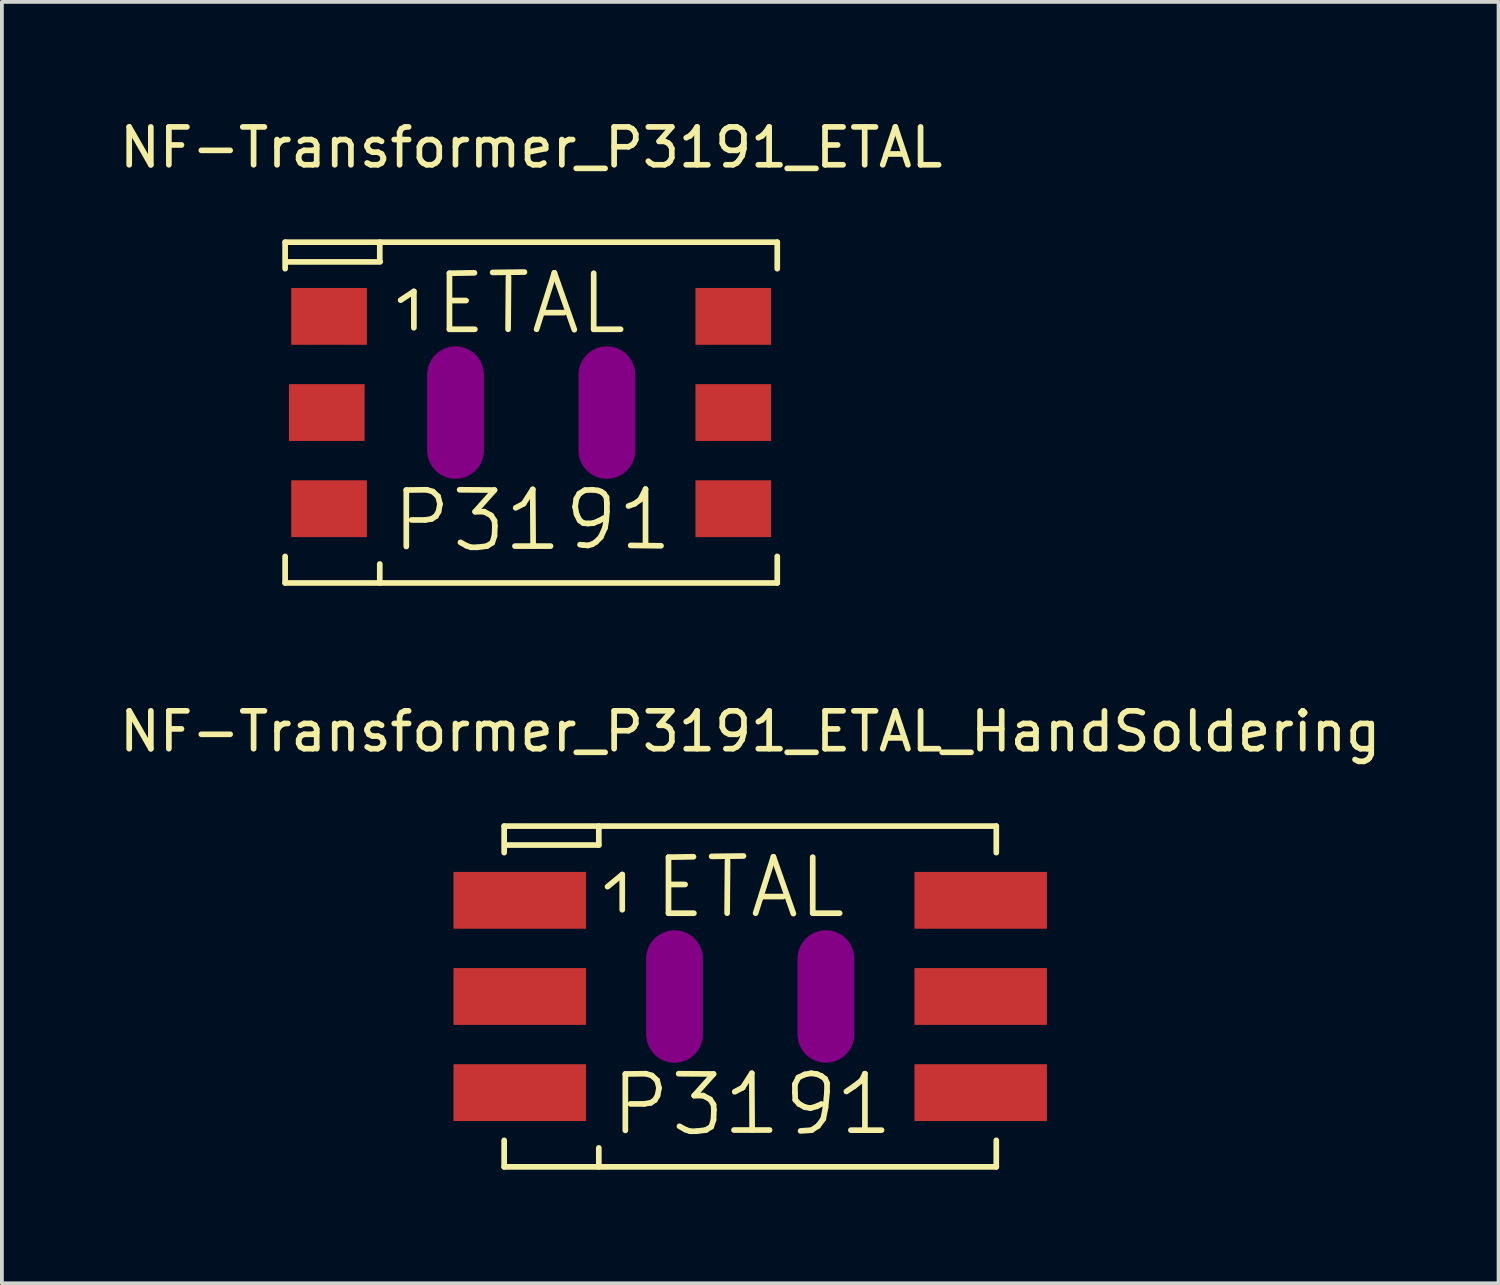
<source format=kicad_pcb>
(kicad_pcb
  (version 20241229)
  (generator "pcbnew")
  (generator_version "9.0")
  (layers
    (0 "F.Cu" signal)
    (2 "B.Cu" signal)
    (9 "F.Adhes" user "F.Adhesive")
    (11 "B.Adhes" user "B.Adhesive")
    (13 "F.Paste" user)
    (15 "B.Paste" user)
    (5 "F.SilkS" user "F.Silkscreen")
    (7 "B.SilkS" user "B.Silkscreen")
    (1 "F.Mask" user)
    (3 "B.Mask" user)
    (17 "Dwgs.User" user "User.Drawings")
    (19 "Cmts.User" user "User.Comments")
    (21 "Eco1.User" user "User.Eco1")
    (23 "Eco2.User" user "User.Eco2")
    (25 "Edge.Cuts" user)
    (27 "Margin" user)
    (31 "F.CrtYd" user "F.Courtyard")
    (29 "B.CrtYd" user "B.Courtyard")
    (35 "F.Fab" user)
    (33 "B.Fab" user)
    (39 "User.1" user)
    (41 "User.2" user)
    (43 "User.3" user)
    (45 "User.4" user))
  (footprint "NF-Transformer_P3191_ETAL"
    (layer "F.Cu")
    (at 10.982 7.848)
    (property "Reference" "NF-Transformer_P3191_ETAL" (at 0 -7 0) (layer "F.SilkS") (effects (font (size 1 1) (thickness 0.15))))
    (attr smd)
    (fp_line (start -6.5 -4.501) (end -6.5 -3.8) (stroke (width 0.15) (type solid)) (layer "F.SilkS"))
    (fp_line (start -6.5 3.8) (end -6.5 4.501) (stroke (width 0.15) (type solid)) (layer "F.SilkS"))
    (fp_line (start -6.5 4.501) (end 6.5 4.501) (stroke (width 0.15) (type solid)) (layer "F.SilkS"))
    (fp_line (start -4 -4.501) (end -4 -4) (stroke (width 0.15) (type solid)) (layer "F.SilkS"))
    (fp_line (start -4 4.501) (end -4 4) (stroke (width 0.15) (type solid)) (layer "F.SilkS"))
    (fp_line (start -3.99 -3.98) (end -6.421 -3.98) (stroke (width 0.15) (type solid)) (layer "F.SilkS"))
    (fp_line (start -3.449 -2.969) (end -3.099 -3.2) (stroke (width 0.15) (type solid)) (layer "F.SilkS"))
    (fp_line (start -3.299 2.047) (end -2.758 2.04) (stroke (width 0.15) (type solid)) (layer "F.SilkS"))
    (fp_line (start -3.299 3.538) (end -3.299 2.047) (stroke (width 0.15) (type solid)) (layer "F.SilkS"))
    (fp_line (start -3.099 -3.2) (end -3.099 -2.24) (stroke (width 0.15) (type solid)) (layer "F.SilkS"))
    (fp_line (start -2.799 2.837) (end -3.16 2.837) (stroke (width 0.15) (type solid)) (layer "F.SilkS"))
    (fp_line (start -2.758 2.04) (end -2.598 2.088) (stroke (width 0.15) (type solid)) (layer "F.SilkS"))
    (fp_line (start -2.629 2.809) (end -2.799 2.837) (stroke (width 0.15) (type solid)) (layer "F.SilkS"))
    (fp_line (start -2.598 2.088) (end -2.459 2.217) (stroke (width 0.15) (type solid)) (layer "F.SilkS"))
    (fp_line (start -2.52 2.738) (end -2.629 2.809) (stroke (width 0.15) (type solid)) (layer "F.SilkS"))
    (fp_line (start -2.459 2.217) (end -2.41 2.418) (stroke (width 0.15) (type solid)) (layer "F.SilkS"))
    (fp_line (start -2.449 2.619) (end -2.52 2.738) (stroke (width 0.15) (type solid)) (layer "F.SilkS"))
    (fp_line (start -2.41 2.418) (end -2.449 2.619) (stroke (width 0.15) (type solid)) (layer "F.SilkS"))
    (fp_line (start -2.159 -3.68) (end -2.159 -2.2) (stroke (width 0.15) (type solid)) (layer "F.SilkS"))
    (fp_line (start -2.159 -2.2) (end -1.488 -2.2) (stroke (width 0.15) (type solid)) (layer "F.SilkS"))
    (fp_line (start -2.129 -2.959) (end -1.72 -2.959) (stroke (width 0.15) (type solid)) (layer "F.SilkS"))
    (fp_line (start -1.89 2.04) (end -0.97 2.047) (stroke (width 0.15) (type solid)) (layer "F.SilkS"))
    (fp_line (start -1.709 3.518) (end -1.869 3.429) (stroke (width 0.15) (type solid)) (layer "F.SilkS"))
    (fp_line (start -1.59 3.559) (end -1.709 3.518) (stroke (width 0.15) (type solid)) (layer "F.SilkS"))
    (fp_line (start -1.499 -3.691) (end -2.159 -3.68) (stroke (width 0.15) (type solid)) (layer "F.SilkS"))
    (fp_line (start -1.481 2.619) (end -1.24 2.619) (stroke (width 0.15) (type solid)) (layer "F.SilkS"))
    (fp_line (start -1.42 3.559) (end -1.59 3.559) (stroke (width 0.15) (type solid)) (layer "F.SilkS"))
    (fp_line (start -1.24 2.619) (end -1.059 2.718) (stroke (width 0.15) (type solid)) (layer "F.SilkS"))
    (fp_line (start -1.171 3.528) (end -1.42 3.559) (stroke (width 0.15) (type solid)) (layer "F.SilkS"))
    (fp_line (start -1.059 2.718) (end -0.97 2.857) (stroke (width 0.15) (type solid)) (layer "F.SilkS"))
    (fp_line (start -1.029 3.439) (end -1.171 3.528) (stroke (width 0.15) (type solid)) (layer "F.SilkS"))
    (fp_line (start -1.019 -3.701) (end -0.178 -3.711) (stroke (width 0.15) (type solid)) (layer "F.SilkS"))
    (fp_line (start -0.97 2.047) (end -1.481 2.619) (stroke (width 0.15) (type solid)) (layer "F.SilkS"))
    (fp_line (start -0.97 2.857) (end -0.96 2.997) (stroke (width 0.15) (type solid)) (layer "F.SilkS"))
    (fp_line (start -0.97 3.259) (end -1.029 3.439) (stroke (width 0.15) (type solid)) (layer "F.SilkS"))
    (fp_line (start -0.96 2.997) (end -0.97 3.259) (stroke (width 0.15) (type solid)) (layer "F.SilkS"))
    (fp_line (start -0.61 -2.2) (end -0.599 -3.589) (stroke (width 0.15) (type solid)) (layer "F.SilkS"))
    (fp_line (start -0.429 3.528) (end 0.511 3.528) (stroke (width 0.15) (type solid)) (layer "F.SilkS"))
    (fp_line (start -0.409 2.517) (end -0.201 2.408) (stroke (width 0.15) (type solid)) (layer "F.SilkS"))
    (fp_line (start -0.201 2.408) (end 0.041 2.029) (stroke (width 0.15) (type solid)) (layer "F.SilkS"))
    (fp_line (start 0.041 2.029) (end 0.051 3.528) (stroke (width 0.15) (type solid)) (layer "F.SilkS"))
    (fp_line (start 0.142 -2.2) (end 0.612 -3.691) (stroke (width 0.15) (type solid)) (layer "F.SilkS"))
    (fp_line (start 0.32 -2.639) (end 0.861 -2.639) (stroke (width 0.15) (type solid)) (layer "F.SilkS"))
    (fp_line (start 0.612 -3.691) (end 1.14 -2.189) (stroke (width 0.15) (type solid)) (layer "F.SilkS"))
    (fp_line (start 1.161 2.489) (end 1.199 2.69) (stroke (width 0.15) (type solid)) (layer "F.SilkS"))
    (fp_line (start 1.191 2.281) (end 1.161 2.489) (stroke (width 0.15) (type solid)) (layer "F.SilkS"))
    (fp_line (start 1.199 2.69) (end 1.28 2.85) (stroke (width 0.15) (type solid)) (layer "F.SilkS"))
    (fp_line (start 1.27 2.141) (end 1.191 2.281) (stroke (width 0.15) (type solid)) (layer "F.SilkS"))
    (fp_line (start 1.28 2.85) (end 1.379 2.921) (stroke (width 0.15) (type solid)) (layer "F.SilkS"))
    (fp_line (start 1.29 3.49) (end 1.379 3.5) (stroke (width 0.15) (type solid)) (layer "F.SilkS"))
    (fp_line (start 1.379 2.921) (end 1.501 2.931) (stroke (width 0.15) (type solid)) (layer "F.SilkS"))
    (fp_line (start 1.379 3.5) (end 1.501 3.51) (stroke (width 0.15) (type solid)) (layer "F.SilkS"))
    (fp_line (start 1.42 2.05) (end 1.27 2.141) (stroke (width 0.15) (type solid)) (layer "F.SilkS"))
    (fp_line (start 1.501 2.931) (end 1.641 2.921) (stroke (width 0.15) (type solid)) (layer "F.SilkS"))
    (fp_line (start 1.501 3.51) (end 1.61 3.48) (stroke (width 0.15) (type solid)) (layer "F.SilkS"))
    (fp_line (start 1.61 3.48) (end 1.709 3.419) (stroke (width 0.15) (type solid)) (layer "F.SilkS"))
    (fp_line (start 1.621 2.04) (end 1.42 2.05) (stroke (width 0.15) (type solid)) (layer "F.SilkS"))
    (fp_line (start 1.641 2.921) (end 1.791 2.86) (stroke (width 0.15) (type solid)) (layer "F.SilkS"))
    (fp_line (start 1.651 -3.68) (end 1.651 -2.2) (stroke (width 0.15) (type solid)) (layer "F.SilkS"))
    (fp_line (start 1.651 -2.2) (end 2.362 -2.2) (stroke (width 0.15) (type solid)) (layer "F.SilkS"))
    (fp_line (start 1.709 3.419) (end 1.839 3.289) (stroke (width 0.15) (type solid)) (layer "F.SilkS"))
    (fp_line (start 1.77 2.06) (end 1.621 2.04) (stroke (width 0.15) (type solid)) (layer "F.SilkS"))
    (fp_line (start 1.791 2.86) (end 1.92 2.789) (stroke (width 0.15) (type solid)) (layer "F.SilkS"))
    (fp_line (start 1.839 3.289) (end 1.951 3.04) (stroke (width 0.15) (type solid)) (layer "F.SilkS"))
    (fp_line (start 1.849 2.09) (end 1.77 2.06) (stroke (width 0.15) (type solid)) (layer "F.SilkS"))
    (fp_line (start 1.92 2.141) (end 1.849 2.09) (stroke (width 0.15) (type solid)) (layer "F.SilkS"))
    (fp_line (start 1.951 3.04) (end 1.981 2.85) (stroke (width 0.15) (type solid)) (layer "F.SilkS"))
    (fp_line (start 1.981 2.85) (end 1.999 2.619) (stroke (width 0.15) (type solid)) (layer "F.SilkS"))
    (fp_line (start 1.989 2.24) (end 1.92 2.141) (stroke (width 0.15) (type solid)) (layer "F.SilkS"))
    (fp_line (start 1.999 2.4) (end 1.989 2.24) (stroke (width 0.15) (type solid)) (layer "F.SilkS"))
    (fp_line (start 1.999 2.619) (end 1.999 2.4) (stroke (width 0.15) (type solid)) (layer "F.SilkS"))
    (fp_line (start 2.57 2.469) (end 2.731 2.41) (stroke (width 0.15) (type solid)) (layer "F.SilkS"))
    (fp_line (start 2.629 3.51) (end 3.429 3.52) (stroke (width 0.15) (type solid)) (layer "F.SilkS"))
    (fp_line (start 2.731 2.41) (end 2.88 2.301) (stroke (width 0.15) (type solid)) (layer "F.SilkS"))
    (fp_line (start 2.88 2.301) (end 3.02 2.029) (stroke (width 0.15) (type solid)) (layer "F.SilkS"))
    (fp_line (start 3.02 2.019) (end 3.02 3.48) (stroke (width 0.15) (type solid)) (layer "F.SilkS"))
    (fp_line (start 6.5 -4.501) (end -6.5 -4.501) (stroke (width 0.15) (type solid)) (layer "F.SilkS"))
    (fp_line (start 6.5 -4.501) (end 6.5 -3.8) (stroke (width 0.15) (type solid)) (layer "F.SilkS"))
    (fp_line (start 6.5 3.8) (end 6.5 4.501) (stroke (width 0.15) (type solid)) (layer "F.SilkS"))
    (pad "" smd oval (at -1.999 0 90) (size 3.5 1.501) (layers "F.Adhes"))
    (pad "" smd oval (at 1.999 0 90) (size 3.5 1.501) (layers "F.Adhes"))
    (pad "1" smd rect (at -5.339 -2.54) (size 1.999 1.501) (layers "F.Cu" "F.Mask" "F.Paste"))
    (pad "2" smd rect (at -5.4 0) (size 1.999 1.501) (layers "F.Cu" "F.Mask" "F.Paste"))
    (pad "2" smd rect (at -5.339 2.54) (size 1.999 1.501) (layers "F.Cu" "F.Mask" "F.Paste"))
    (pad "3" smd rect (at 5.339 2.54) (size 1.999 1.501) (layers "F.Cu" "F.Mask" "F.Paste"))
    (pad "4" smd rect (at 5.339 0) (size 1.999 1.501) (layers "F.Cu" "F.Mask" "F.Paste"))
    (pad "5" smd rect (at 5.339 -2.54) (size 1.999 1.501) (layers "F.Cu" "F.Mask" "F.Paste")))
  (footprint "NF-Transformer_P3191_ETAL_HandSoldering"
    (layer "F.Cu")
    (at 16.768 23.273)
    (property "Reference" "NF-Transformer_P3191_ETAL_HandSoldering" (at 0 -7 0) (layer "F.SilkS") (effects (font (size 1 1) (thickness 0.15))))
    (attr smd)
    (fp_line (start -6.5 -4.501) (end -6.5 -3.8) (stroke (width 0.15) (type solid)) (layer "F.SilkS"))
    (fp_line (start -6.5 3.8) (end -6.5 4.501) (stroke (width 0.15) (type solid)) (layer "F.SilkS"))
    (fp_line (start -6.5 4.501) (end 6.5 4.501) (stroke (width 0.15) (type solid)) (layer "F.SilkS"))
    (fp_line (start -4 -4.501) (end -4 -4) (stroke (width 0.15) (type solid)) (layer "F.SilkS"))
    (fp_line (start -4 -4) (end -6.421 -4) (stroke (width 0.15) (type solid)) (layer "F.SilkS"))
    (fp_line (start -4 4.501) (end -4 4) (stroke (width 0.15) (type solid)) (layer "F.SilkS"))
    (fp_line (start -3.769 -2.901) (end -3.381 -3.221) (stroke (width 0.15) (type solid)) (layer "F.SilkS"))
    (fp_line (start -3.381 -3.221) (end -3.381 -2.291) (stroke (width 0.15) (type solid)) (layer "F.SilkS"))
    (fp_line (start -3.299 2.047) (end -2.758 2.04) (stroke (width 0.15) (type solid)) (layer "F.SilkS"))
    (fp_line (start -3.299 3.538) (end -3.299 2.047) (stroke (width 0.15) (type solid)) (layer "F.SilkS"))
    (fp_line (start -2.799 2.837) (end -3.16 2.837) (stroke (width 0.15) (type solid)) (layer "F.SilkS"))
    (fp_line (start -2.758 2.04) (end -2.598 2.088) (stroke (width 0.15) (type solid)) (layer "F.SilkS"))
    (fp_line (start -2.629 2.809) (end -2.799 2.837) (stroke (width 0.15) (type solid)) (layer "F.SilkS"))
    (fp_line (start -2.598 2.088) (end -2.459 2.217) (stroke (width 0.15) (type solid)) (layer "F.SilkS"))
    (fp_line (start -2.52 2.738) (end -2.629 2.809) (stroke (width 0.15) (type solid)) (layer "F.SilkS"))
    (fp_line (start -2.459 2.217) (end -2.41 2.418) (stroke (width 0.15) (type solid)) (layer "F.SilkS"))
    (fp_line (start -2.449 2.619) (end -2.52 2.738) (stroke (width 0.15) (type solid)) (layer "F.SilkS"))
    (fp_line (start -2.41 2.418) (end -2.449 2.619) (stroke (width 0.15) (type solid)) (layer "F.SilkS"))
    (fp_line (start -2.159 -3.68) (end -2.159 -2.2) (stroke (width 0.15) (type solid)) (layer "F.SilkS"))
    (fp_line (start -2.159 -2.2) (end -1.488 -2.2) (stroke (width 0.15) (type solid)) (layer "F.SilkS"))
    (fp_line (start -2.129 -2.959) (end -1.72 -2.959) (stroke (width 0.15) (type solid)) (layer "F.SilkS"))
    (fp_line (start -1.89 2.04) (end -0.97 2.047) (stroke (width 0.15) (type solid)) (layer "F.SilkS"))
    (fp_line (start -1.709 3.518) (end -1.869 3.429) (stroke (width 0.15) (type solid)) (layer "F.SilkS"))
    (fp_line (start -1.59 3.559) (end -1.709 3.518) (stroke (width 0.15) (type solid)) (layer "F.SilkS"))
    (fp_line (start -1.499 -3.691) (end -2.159 -3.68) (stroke (width 0.15) (type solid)) (layer "F.SilkS"))
    (fp_line (start -1.481 2.619) (end -1.24 2.619) (stroke (width 0.15) (type solid)) (layer "F.SilkS"))
    (fp_line (start -1.42 3.559) (end -1.59 3.559) (stroke (width 0.15) (type solid)) (layer "F.SilkS"))
    (fp_line (start -1.24 2.619) (end -1.059 2.718) (stroke (width 0.15) (type solid)) (layer "F.SilkS"))
    (fp_line (start -1.171 3.528) (end -1.42 3.559) (stroke (width 0.15) (type solid)) (layer "F.SilkS"))
    (fp_line (start -1.059 2.718) (end -0.97 2.857) (stroke (width 0.15) (type solid)) (layer "F.SilkS"))
    (fp_line (start -1.029 3.439) (end -1.171 3.528) (stroke (width 0.15) (type solid)) (layer "F.SilkS"))
    (fp_line (start -1.019 -3.701) (end -0.178 -3.711) (stroke (width 0.15) (type solid)) (layer "F.SilkS"))
    (fp_line (start -0.97 2.047) (end -1.481 2.619) (stroke (width 0.15) (type solid)) (layer "F.SilkS"))
    (fp_line (start -0.97 2.857) (end -0.96 2.997) (stroke (width 0.15) (type solid)) (layer "F.SilkS"))
    (fp_line (start -0.97 3.259) (end -1.029 3.439) (stroke (width 0.15) (type solid)) (layer "F.SilkS"))
    (fp_line (start -0.96 2.997) (end -0.97 3.259) (stroke (width 0.15) (type solid)) (layer "F.SilkS"))
    (fp_line (start -0.61 -2.2) (end -0.599 -3.589) (stroke (width 0.15) (type solid)) (layer "F.SilkS"))
    (fp_line (start -0.429 3.528) (end 0.511 3.528) (stroke (width 0.15) (type solid)) (layer "F.SilkS"))
    (fp_line (start -0.409 2.517) (end -0.201 2.408) (stroke (width 0.15) (type solid)) (layer "F.SilkS"))
    (fp_line (start -0.201 2.408) (end 0.041 2.029) (stroke (width 0.15) (type solid)) (layer "F.SilkS"))
    (fp_line (start 0.041 2.029) (end 0.051 3.528) (stroke (width 0.15) (type solid)) (layer "F.SilkS"))
    (fp_line (start 0.142 -2.2) (end 0.612 -3.691) (stroke (width 0.15) (type solid)) (layer "F.SilkS"))
    (fp_line (start 0.32 -2.639) (end 0.861 -2.639) (stroke (width 0.15) (type solid)) (layer "F.SilkS"))
    (fp_line (start 0.612 -3.691) (end 1.14 -2.189) (stroke (width 0.15) (type solid)) (layer "F.SilkS"))
    (fp_line (start 1.181 2.319) (end 1.181 2.54) (stroke (width 0.15) (type solid)) (layer "F.SilkS"))
    (fp_line (start 1.181 2.54) (end 1.191 2.731) (stroke (width 0.15) (type solid)) (layer "F.SilkS"))
    (fp_line (start 1.191 2.731) (end 1.29 2.84) (stroke (width 0.15) (type solid)) (layer "F.SilkS"))
    (fp_line (start 1.27 2.141) (end 1.181 2.319) (stroke (width 0.15) (type solid)) (layer "F.SilkS"))
    (fp_line (start 1.29 2.84) (end 1.44 2.921) (stroke (width 0.15) (type solid)) (layer "F.SilkS"))
    (fp_line (start 1.331 3.551) (end 1.621 3.531) (stroke (width 0.15) (type solid)) (layer "F.SilkS"))
    (fp_line (start 1.44 2.06) (end 1.27 2.141) (stroke (width 0.15) (type solid)) (layer "F.SilkS"))
    (fp_line (start 1.44 2.921) (end 1.59 2.949) (stroke (width 0.15) (type solid)) (layer "F.SilkS"))
    (fp_line (start 1.59 2.949) (end 1.76 2.901) (stroke (width 0.15) (type solid)) (layer "F.SilkS"))
    (fp_line (start 1.61 2.029) (end 1.44 2.06) (stroke (width 0.15) (type solid)) (layer "F.SilkS"))
    (fp_line (start 1.621 3.531) (end 1.791 3.419) (stroke (width 0.15) (type solid)) (layer "F.SilkS"))
    (fp_line (start 1.651 -3.68) (end 1.651 -2.2) (stroke (width 0.15) (type solid)) (layer "F.SilkS"))
    (fp_line (start 1.651 -2.2) (end 2.362 -2.2) (stroke (width 0.15) (type solid)) (layer "F.SilkS"))
    (fp_line (start 1.76 2.05) (end 1.61 2.029) (stroke (width 0.15) (type solid)) (layer "F.SilkS"))
    (fp_line (start 1.76 2.901) (end 1.88 2.84) (stroke (width 0.15) (type solid)) (layer "F.SilkS"))
    (fp_line (start 1.791 3.419) (end 1.93 3.231) (stroke (width 0.15) (type solid)) (layer "F.SilkS"))
    (fp_line (start 1.88 2.101) (end 1.76 2.05) (stroke (width 0.15) (type solid)) (layer "F.SilkS"))
    (fp_line (start 1.93 3.231) (end 1.989 2.931) (stroke (width 0.15) (type solid)) (layer "F.SilkS"))
    (fp_line (start 1.981 2.179) (end 1.88 2.101) (stroke (width 0.15) (type solid)) (layer "F.SilkS"))
    (fp_line (start 1.989 2.931) (end 2.029 2.51) (stroke (width 0.15) (type solid)) (layer "F.SilkS"))
    (fp_line (start 2.029 2.291) (end 1.981 2.179) (stroke (width 0.15) (type solid)) (layer "F.SilkS"))
    (fp_line (start 2.029 2.51) (end 2.029 2.291) (stroke (width 0.15) (type solid)) (layer "F.SilkS"))
    (fp_line (start 2.54 2.51) (end 2.761 2.36) (stroke (width 0.15) (type solid)) (layer "F.SilkS"))
    (fp_line (start 2.659 3.531) (end 3.47 3.531) (stroke (width 0.15) (type solid)) (layer "F.SilkS"))
    (fp_line (start 2.761 2.36) (end 2.949 2.21) (stroke (width 0.15) (type solid)) (layer "F.SilkS"))
    (fp_line (start 2.949 2.21) (end 3.03 2.04) (stroke (width 0.15) (type solid)) (layer "F.SilkS"))
    (fp_line (start 3.03 2.04) (end 3.03 3.51) (stroke (width 0.15) (type solid)) (layer "F.SilkS"))
    (fp_line (start 6.5 -4.501) (end -6.5 -4.501) (stroke (width 0.15) (type solid)) (layer "F.SilkS"))
    (fp_line (start 6.5 -4.501) (end 6.5 -3.8) (stroke (width 0.15) (type solid)) (layer "F.SilkS"))
    (fp_line (start 6.5 3.8) (end 6.5 4.501) (stroke (width 0.15) (type solid)) (layer "F.SilkS"))
    (pad "" smd oval (at -1.999 0 90) (size 3.5 1.501) (layers "F.Adhes"))
    (pad "" smd oval (at 1.999 0 90) (size 3.5 1.501) (layers "F.Adhes"))
    (pad "1" smd rect (at -6.088 -2.54) (size 3.5 1.501) (layers "F.Cu" "F.Mask" "F.Paste"))
    (pad "2" smd rect (at -6.088 0) (size 3.5 1.501) (layers "F.Cu" "F.Mask" "F.Paste"))
    (pad "2" smd rect (at -6.088 2.54) (size 3.5 1.501) (layers "F.Cu" "F.Mask" "F.Paste"))
    (pad "3" smd rect (at 6.088 2.54) (size 3.5 1.501) (layers "F.Cu" "F.Mask" "F.Paste"))
    (pad "4" smd rect (at 6.088 0) (size 3.5 1.501) (layers "F.Cu" "F.Mask" "F.Paste"))
    (pad "5" smd rect (at 6.088 -2.54) (size 3.5 1.501) (layers "F.Cu" "F.Mask" "F.Paste")))
  (gr_rect
    (start -3 -3)
    (end 36.536 30.849)
    (stroke (width 0.1) (type default))
    (fill no)
    (layer "Edge.Cuts")))
</source>
